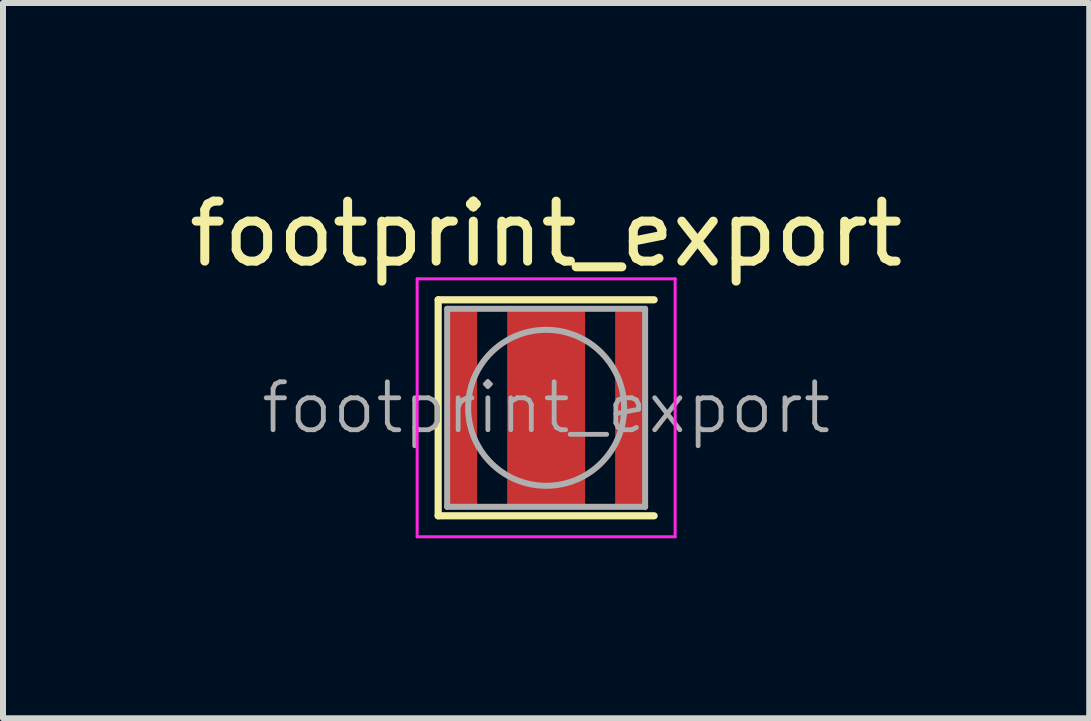
<source format=kicad_pcb>
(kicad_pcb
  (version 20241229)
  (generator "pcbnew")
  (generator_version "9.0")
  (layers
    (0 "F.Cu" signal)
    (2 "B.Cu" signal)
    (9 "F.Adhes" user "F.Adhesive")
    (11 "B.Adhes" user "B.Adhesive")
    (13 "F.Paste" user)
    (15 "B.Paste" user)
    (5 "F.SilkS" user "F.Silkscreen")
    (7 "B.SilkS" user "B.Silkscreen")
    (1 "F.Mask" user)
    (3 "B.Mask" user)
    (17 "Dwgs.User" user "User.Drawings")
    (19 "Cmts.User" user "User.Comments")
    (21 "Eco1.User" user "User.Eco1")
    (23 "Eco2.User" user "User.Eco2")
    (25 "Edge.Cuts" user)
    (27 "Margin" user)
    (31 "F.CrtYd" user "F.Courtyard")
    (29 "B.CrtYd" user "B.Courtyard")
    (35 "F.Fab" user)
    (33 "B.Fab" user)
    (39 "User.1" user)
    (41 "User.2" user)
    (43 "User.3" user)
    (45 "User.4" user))
  (footprint "footprint_export"
    (layer "F.Cu")
    (at 6.054 3.748)
    (property "Reference" "footprint_export" (at 0 -2.9 0) (layer "F.SilkS") (effects (font (size 1 1) (thickness 0.15))))
    (attr smd)
    (fp_line (start -1.8 -1.8) (end 1.8 -1.8) (stroke (width 0.12) (type solid)) (layer "F.SilkS"))
    (fp_line (start -1.8 1.8) (end -1.8 -1.8) (stroke (width 0.12) (type solid)) (layer "F.SilkS"))
    (fp_line (start 1.8 1.8) (end -1.8 1.8) (stroke (width 0.12) (type solid)) (layer "F.SilkS"))
    (fp_line (start -2.15 -2.15) (end 2.15 -2.15) (stroke (width 0.05) (type solid)) (layer "F.CrtYd"))
    (fp_line (start -2.15 2.15) (end -2.15 -2.15) (stroke (width 0.05) (type solid)) (layer "F.CrtYd"))
    (fp_line (start 2.15 -2.15) (end 2.15 2.15) (stroke (width 0.05) (type solid)) (layer "F.CrtYd"))
    (fp_line (start 2.15 2.15) (end -2.15 2.15) (stroke (width 0.05) (type solid)) (layer "F.CrtYd"))
    (fp_line (start -1.65 -1.65) (end 1.65 -1.65) (stroke (width 0.1) (type solid)) (layer "F.Fab"))
    (fp_line (start -1.65 1.65) (end -1.65 -1.65) (stroke (width 0.1) (type solid)) (layer "F.Fab"))
    (fp_line (start 1.65 -1.65) (end 1.65 1.65) (stroke (width 0.1) (type solid)) (layer "F.Fab"))
    (fp_line (start 1.65 1.65) (end -1.65 1.65) (stroke (width 0.1) (type solid)) (layer "F.Fab"))
    (fp_circle (center 0 0) (end 0 1.3) (stroke (width 0.1) (type solid)) (fill no) (layer "F.Fab"))
    (fp_text user "${REFERENCE}" (at 0 0 0) (layer "F.Fab") (effects (font (size 0.8 0.8) (thickness 0.08))))
    (pad "" smd rect (at 0 -1) (size 1.01 0.75) (layers "F.Paste"))
    (pad "" smd rect (at 0 0) (size 1.01 0.75) (layers "F.Paste"))
    (pad "" smd rect (at 0 1) (size 1.01 0.75) (layers "F.Paste"))
    (pad "1" smd rect (at -1.4 0) (size 0.5 3.3) (layers "F.Cu" "F.Mask" "F.Paste"))
    (pad "2" smd rect (at 1.4 0) (size 0.5 3.3) (layers "F.Cu" "F.Mask" "F.Paste"))
    (pad "3" smd rect (at 0 0) (size 1.3 3.3) (layers "F.Cu" "F.Mask")))
  (gr_rect
    (start -3 -3)
    (end 15.107 8.923)
    (stroke (width 0.1) (type default))
    (fill no)
    (layer "Edge.Cuts")))
</source>
